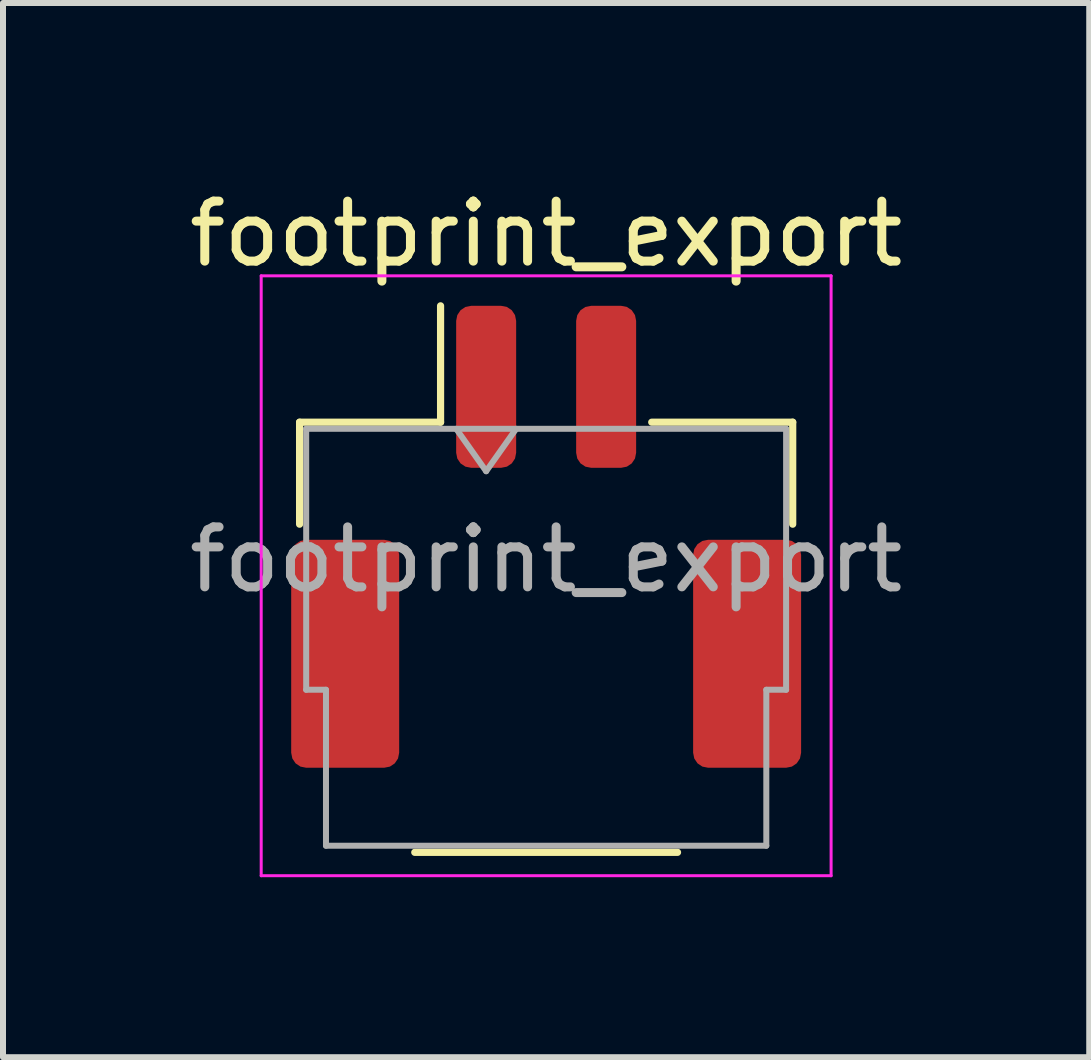
<source format=kicad_pcb>
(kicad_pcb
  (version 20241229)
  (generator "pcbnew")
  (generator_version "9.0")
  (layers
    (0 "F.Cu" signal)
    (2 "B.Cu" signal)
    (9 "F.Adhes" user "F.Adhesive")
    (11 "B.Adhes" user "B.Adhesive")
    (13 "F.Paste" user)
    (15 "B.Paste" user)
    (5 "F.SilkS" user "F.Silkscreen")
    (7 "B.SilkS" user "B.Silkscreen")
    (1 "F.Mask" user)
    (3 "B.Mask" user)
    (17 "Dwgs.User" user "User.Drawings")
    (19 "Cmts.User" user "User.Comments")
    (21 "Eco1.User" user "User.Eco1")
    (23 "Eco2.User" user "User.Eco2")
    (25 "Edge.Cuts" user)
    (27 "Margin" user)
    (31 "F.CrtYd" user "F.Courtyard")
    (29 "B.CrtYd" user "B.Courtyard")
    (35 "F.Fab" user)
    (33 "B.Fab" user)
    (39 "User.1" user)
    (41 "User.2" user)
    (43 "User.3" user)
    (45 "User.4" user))
  (footprint "footprint_export"
    (layer "F.Cu")
    (at 6.054 5.898)
    (property "Reference" "footprint_export" (at 0 -5.05 0) (layer "F.SilkS") (effects (font (size 1 1) (thickness 0.15))))
    (attr smd)
    (fp_line (start -4.11 -1.91) (end -1.76 -1.91) (stroke (width 0.12) (type solid)) (layer "F.SilkS"))
    (fp_line (start -4.11 -0.21) (end -4.11 -1.91) (stroke (width 0.12) (type solid)) (layer "F.SilkS"))
    (fp_line (start -2.19 5.26) (end 2.19 5.26) (stroke (width 0.12) (type solid)) (layer "F.SilkS"))
    (fp_line (start -1.76 -1.91) (end -1.76 -3.85) (stroke (width 0.12) (type solid)) (layer "F.SilkS"))
    (fp_line (start 4.11 -1.91) (end 1.76 -1.91) (stroke (width 0.12) (type solid)) (layer "F.SilkS"))
    (fp_line (start 4.11 -0.21) (end 4.11 -1.91) (stroke (width 0.12) (type solid)) (layer "F.SilkS"))
    (fp_line (start -4.75 -4.35) (end -4.75 5.65) (stroke (width 0.05) (type solid)) (layer "F.CrtYd"))
    (fp_line (start -4.75 5.65) (end 4.75 5.65) (stroke (width 0.05) (type solid)) (layer "F.CrtYd"))
    (fp_line (start 4.75 -4.35) (end -4.75 -4.35) (stroke (width 0.05) (type solid)) (layer "F.CrtYd"))
    (fp_line (start 4.75 5.65) (end 4.75 -4.35) (stroke (width 0.05) (type solid)) (layer "F.CrtYd"))
    (fp_line (start -4 -1.8) (end -4 2.55) (stroke (width 0.1) (type solid)) (layer "F.Fab"))
    (fp_line (start -4 -1.8) (end 4 -1.8) (stroke (width 0.1) (type solid)) (layer "F.Fab"))
    (fp_line (start -4 2.55) (end -3.67 2.55) (stroke (width 0.1) (type solid)) (layer "F.Fab"))
    (fp_line (start -3.67 2.55) (end -3.67 5.15) (stroke (width 0.1) (type solid)) (layer "F.Fab"))
    (fp_line (start -3.67 5.15) (end 3.67 5.15) (stroke (width 0.1) (type solid)) (layer "F.Fab"))
    (fp_line (start -1.5 -1.8) (end -1 -1.093) (stroke (width 0.1) (type solid)) (layer "F.Fab"))
    (fp_line (start -1 -1.093) (end -0.5 -1.8) (stroke (width 0.1) (type solid)) (layer "F.Fab"))
    (fp_line (start 3.67 2.55) (end 4 2.55) (stroke (width 0.1) (type solid)) (layer "F.Fab"))
    (fp_line (start 3.67 5.15) (end 3.67 2.55) (stroke (width 0.1) (type solid)) (layer "F.Fab"))
    (fp_line (start 4 -1.8) (end 4 2.55) (stroke (width 0.1) (type solid)) (layer "F.Fab"))
    (fp_text user "${REFERENCE}" (at 0 0.38 0) (layer "F.Fab") (effects (font (size 1 1) (thickness 0.15))))
    (pad "1" smd roundrect (at -1 -2.5) (size 1 2.7) (layers "F.Cu" "F.Mask" "F.Paste") (roundrect_rratio 0.25))
    (pad "2" smd roundrect (at 1 -2.5) (size 1 2.7) (layers "F.Cu" "F.Mask" "F.Paste") (roundrect_rratio 0.25))
    (pad "MP" smd roundrect (at -3.35 1.95) (size 1.8 3.8) (layers "F.Cu" "F.Mask" "F.Paste") (roundrect_rratio 0.139))
    (pad "MP" smd roundrect (at 3.35 1.95) (size 1.8 3.8) (layers "F.Cu" "F.Mask" "F.Paste") (roundrect_rratio 0.139)))
  (gr_rect
    (start -3 -3)
    (end 15.107 14.573)
    (stroke (width 0.1) (type default))
    (fill no)
    (layer "Edge.Cuts")))
</source>
